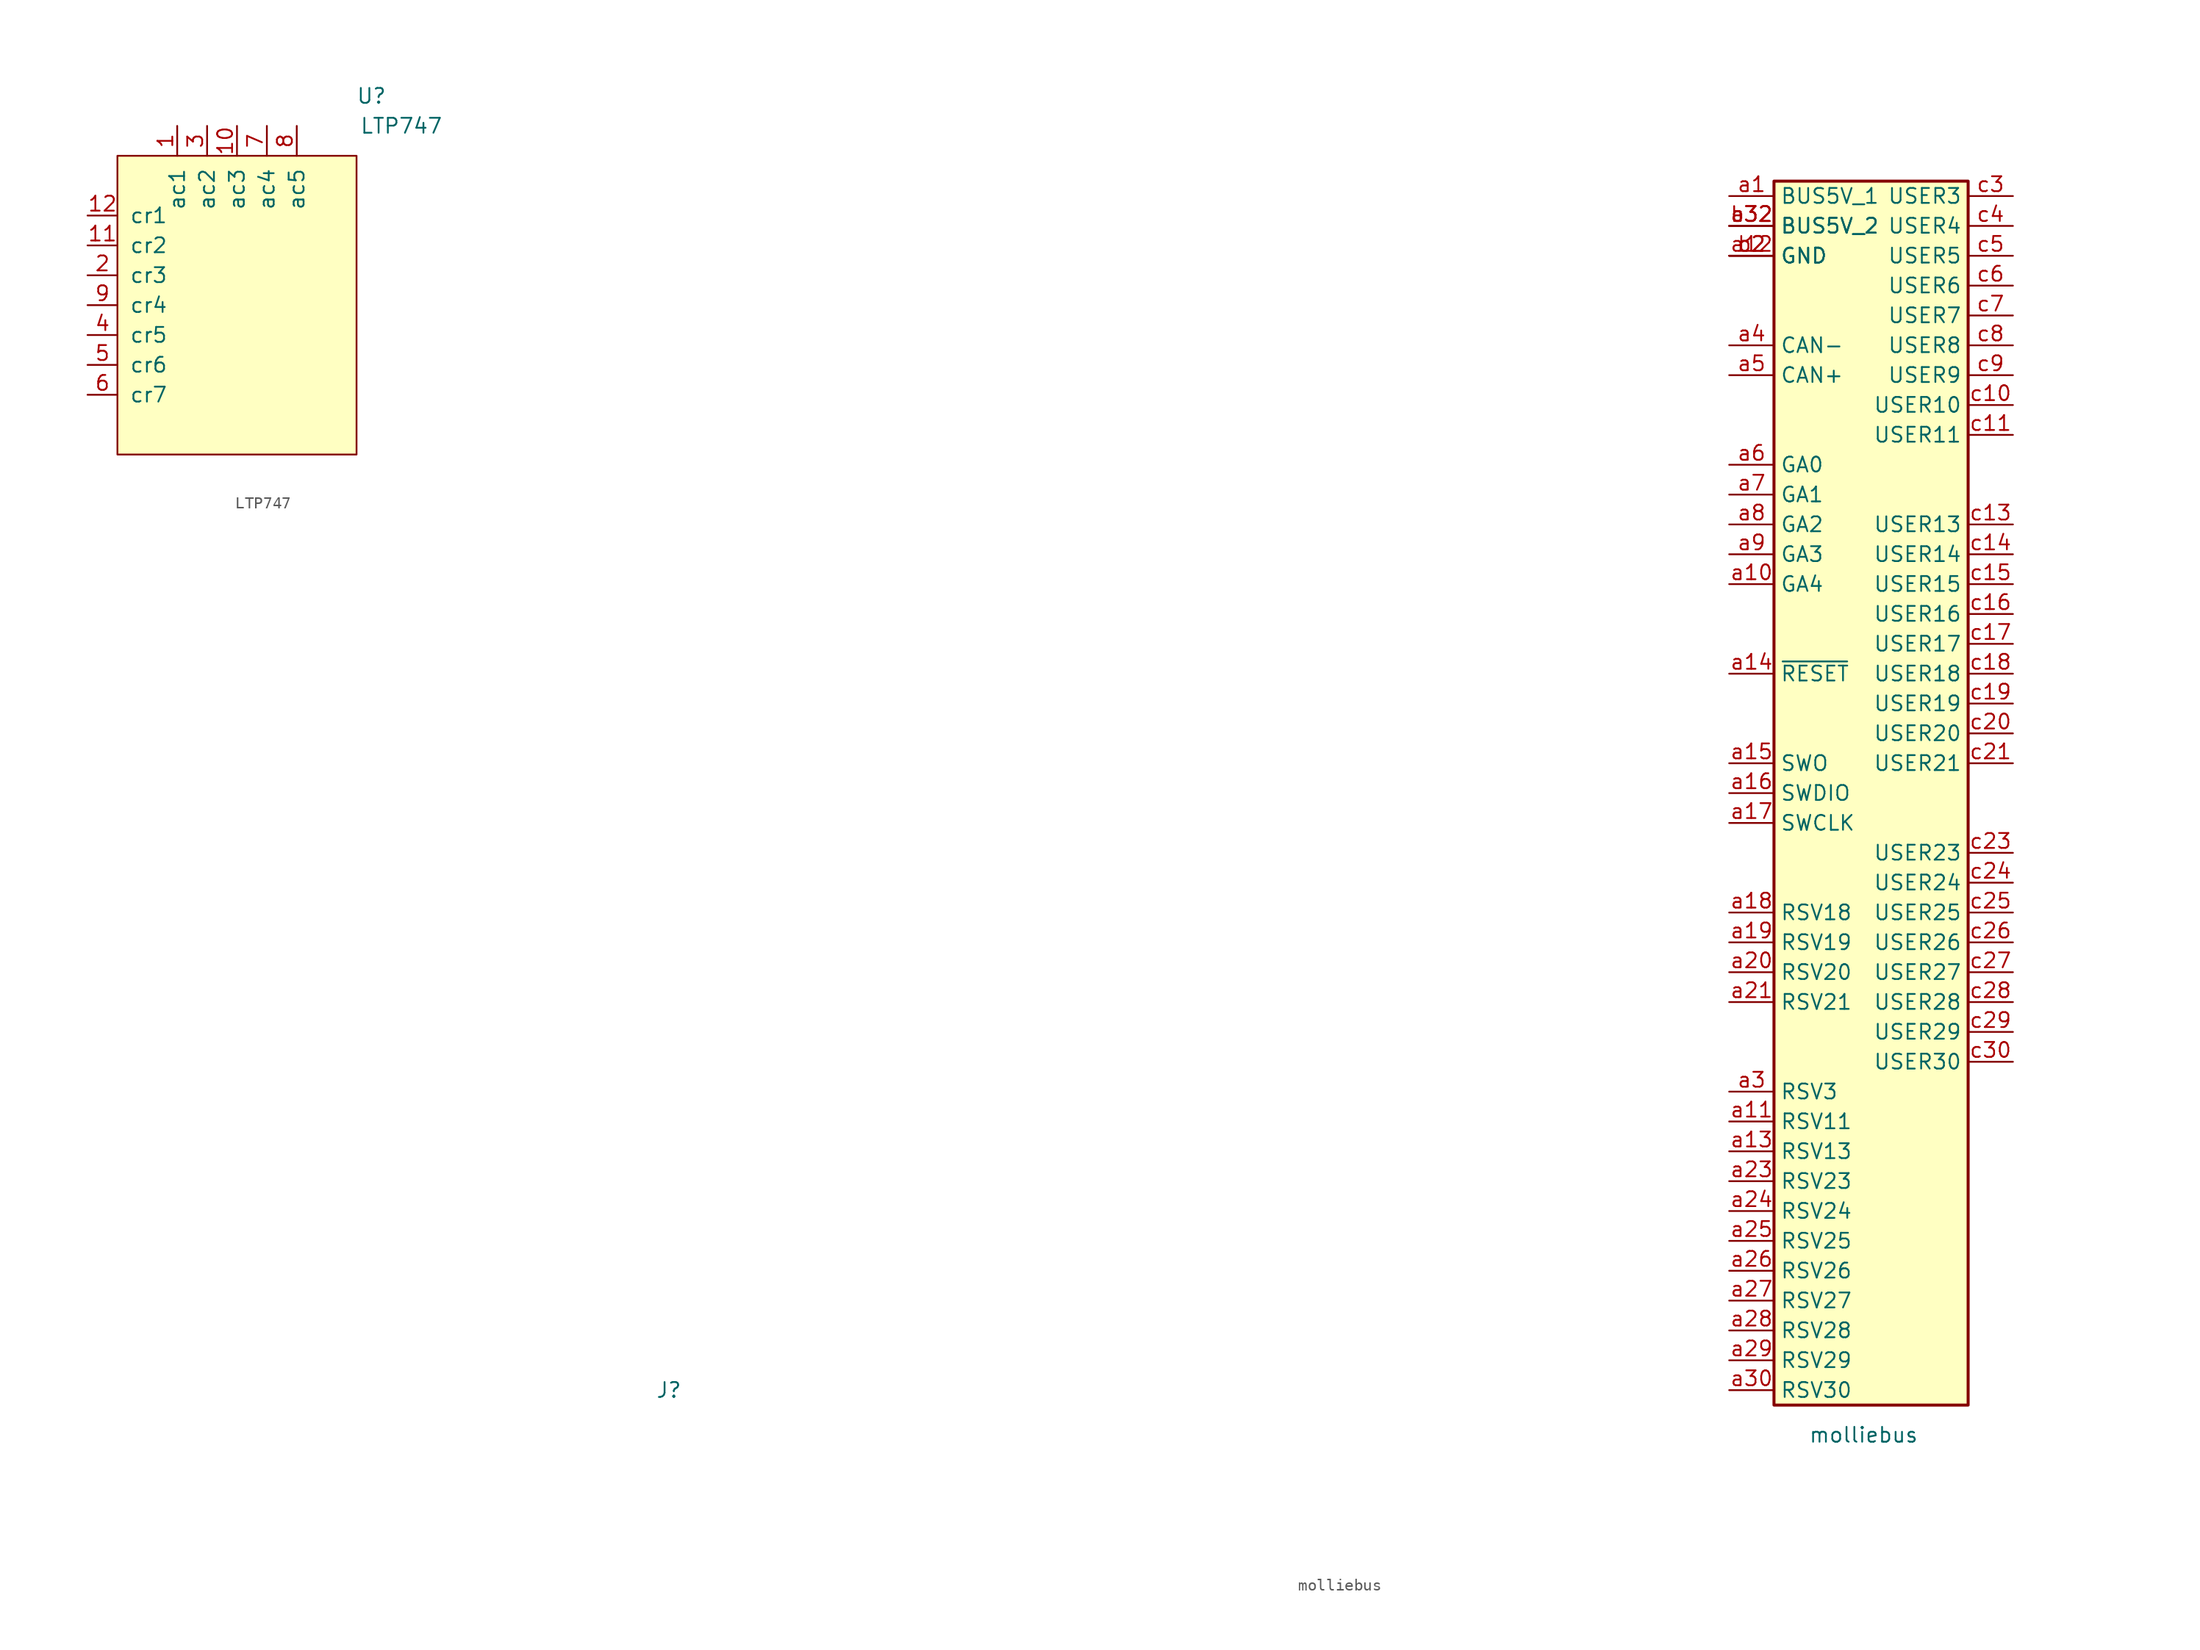
<source format=kicad_sym>
(kicad_symbol_lib
  (version 20211014)
  (generator kicad_symbol_editor)
  (symbol "LTP747"
    (pin_names
      (offset 1.016))
    (property "Reference" "U"
      (at 11.43 16.51 0)
      (effects (font (size 1.27 1.27))))
    (property "Value" "LTP747"
      (at 13.97 13.97 0)
      (effects (font (size 1.27 1.27))))
    (symbol "LTP747_0_1"
      (rectangle (start -10.16 11.43) (end 10.16 -13.97) (stroke (width 0) (type default) (color 0 0 0 0)) (fill (type background))))
    (symbol "LTP747_1_1"
      (pin input line (at -5.08 13.97 270) (length 2.54) (name "ac1" (effects (font (size 1.27 1.27)))) (number "1" (effects (font (size 1.27 1.27)))))
      (pin input line (at 0 13.97 270) (length 2.54) (name "ac3" (effects (font (size 1.27 1.27)))) (number "10" (effects (font (size 1.27 1.27)))))
      (pin input line (at -12.7 3.81 0) (length 2.54) (name "cr2" (effects (font (size 1.27 1.27)))) (number "11" (effects (font (size 1.27 1.27)))))
      (pin input line (at -12.7 6.35 0) (length 2.54) (name "cr1" (effects (font (size 1.27 1.27)))) (number "12" (effects (font (size 1.27 1.27)))))
      (pin input line (at -12.7 1.27 0) (length 2.54) (name "cr3" (effects (font (size 1.27 1.27)))) (number "2" (effects (font (size 1.27 1.27)))))
      (pin input line (at -2.54 13.97 270) (length 2.54) (name "ac2" (effects (font (size 1.27 1.27)))) (number "3" (effects (font (size 1.27 1.27)))))
      (pin input line (at -12.7 -3.81 0) (length 2.54) (name "cr5" (effects (font (size 1.27 1.27)))) (number "4" (effects (font (size 1.27 1.27)))))
      (pin input line (at -12.7 -6.35 0) (length 2.54) (name "cr6" (effects (font (size 1.27 1.27)))) (number "5" (effects (font (size 1.27 1.27)))))
      (pin input line (at -12.7 -8.89 0) (length 2.54) (name "cr7" (effects (font (size 1.27 1.27)))) (number "6" (effects (font (size 1.27 1.27)))))
      (pin input line (at 2.54 13.97 270) (length 2.54) (name "ac4" (effects (font (size 1.27 1.27)))) (number "7" (effects (font (size 1.27 1.27)))))
      (pin input line (at 5.08 13.97 270) (length 2.54) (name "ac5" (effects (font (size 1.27 1.27)))) (number "8" (effects (font (size 1.27 1.27)))))
      (pin input line (at -12.7 -1.27 0) (length 2.54) (name "cr4" (effects (font (size 1.27 1.27)))) (number "9" (effects (font (size 1.27 1.27)))))))
  (symbol "molliebus"
    (property "Reference" "J"
      (at -93.98 1.27 0)
      (effects (font (size 1.27 1.27))))
    (property "Value" "molliebus"
      (at 7.62 -2.54 0)
      (effects (font (size 1.27 1.27))))
    (symbol "molliebus_0_1"
      (rectangle (start 0 0) (end 16.51 104.14) (stroke (width 0.254) (type default) (color 0 0 0 0)) (fill (type background))))
    (symbol "molliebus_1_1"
      (pin passive line (at -3.81 102.87 0) (length 3.81) (name "BUS5V_1" (effects (font (size 1.27 1.27)))) (number "a1" (effects (font (size 1.27 1.27)))))
      (pin output line (at -3.81 69.85 0) (length 3.81) (name "GA4" (effects (font (size 1.27 1.27)))) (number "a10" (effects (font (size 1.27 1.27)))))
      (pin passive line (at -3.81 24.13 0) (length 3.81) (name "RSV11" (effects (font (size 1.27 1.27)))) (number "a11" (effects (font (size 1.27 1.27)))))
      (pin passive line (at -3.81 97.79 0) (length 3.81) (name "GND" (effects (font (size 1.27 1.27)))) (number "a12" (effects (font (size 1.27 1.27)))))
      (pin passive line (at -3.81 21.59 0) (length 3.81) (name "RSV13" (effects (font (size 1.27 1.27)))) (number "a13" (effects (font (size 1.27 1.27)))))
      (pin output line (at -3.81 62.23 0) (length 3.81) (name "~{RESET}" (effects (font (size 1.27 1.27)))) (number "a14" (effects (font (size 1.27 1.27)))))
      (pin input line (at -3.81 54.61 0) (length 3.81) (name "SWO" (effects (font (size 1.27 1.27)))) (number "a15" (effects (font (size 1.27 1.27)))))
      (pin bidirectional line (at -3.81 52.07 0) (length 3.81) (name "SWDIO" (effects (font (size 1.27 1.27)))) (number "a16" (effects (font (size 1.27 1.27)))))
      (pin output line (at -3.81 49.53 0) (length 3.81) (name "SWCLK" (effects (font (size 1.27 1.27)))) (number "a17" (effects (font (size 1.27 1.27)))))
      (pin passive line (at -3.81 41.91 0) (length 3.81) (name "RSV18" (effects (font (size 1.27 1.27)))) (number "a18" (effects (font (size 1.27 1.27)))))
      (pin passive line (at -3.81 39.37 0) (length 3.81) (name "RSV19" (effects (font (size 1.27 1.27)))) (number "a19" (effects (font (size 1.27 1.27)))))
      (pin passive line (at -3.81 97.79 0) (length 3.81) hide (name "GND" (effects (font (size 1.27 1.27)))) (number "a2" (effects (font (size 1.27 1.27)))))
      (pin passive line (at -3.81 36.83 0) (length 3.81) (name "RSV20" (effects (font (size 1.27 1.27)))) (number "a20" (effects (font (size 1.27 1.27)))))
      (pin passive line (at -3.81 34.29 0) (length 3.81) (name "RSV21" (effects (font (size 1.27 1.27)))) (number "a21" (effects (font (size 1.27 1.27)))))
      (pin passive line (at -3.81 97.79 0) (length 3.81) hide (name "GND" (effects (font (size 1.27 1.27)))) (number "a22" (effects (font (size 1.27 1.27)))))
      (pin passive line (at -3.81 19.05 0) (length 3.81) (name "RSV23" (effects (font (size 1.27 1.27)))) (number "a23" (effects (font (size 1.27 1.27)))))
      (pin passive line (at -3.81 16.51 0) (length 3.81) (name "RSV24" (effects (font (size 1.27 1.27)))) (number "a24" (effects (font (size 1.27 1.27)))))
      (pin passive line (at -3.81 13.97 0) (length 3.81) (name "RSV25" (effects (font (size 1.27 1.27)))) (number "a25" (effects (font (size 1.27 1.27)))))
      (pin passive line (at -3.81 11.43 0) (length 3.81) (name "RSV26" (effects (font (size 1.27 1.27)))) (number "a26" (effects (font (size 1.27 1.27)))))
      (pin passive line (at -3.81 8.89 0) (length 3.81) (name "RSV27" (effects (font (size 1.27 1.27)))) (number "a27" (effects (font (size 1.27 1.27)))))
      (pin passive line (at -3.81 6.35 0) (length 3.81) (name "RSV28" (effects (font (size 1.27 1.27)))) (number "a28" (effects (font (size 1.27 1.27)))))
      (pin passive line (at -3.81 3.81 0) (length 3.81) (name "RSV29" (effects (font (size 1.27 1.27)))) (number "a29" (effects (font (size 1.27 1.27)))))
      (pin passive line (at -3.81 26.67 0) (length 3.81) (name "RSV3" (effects (font (size 1.27 1.27)))) (number "a3" (effects (font (size 1.27 1.27)))))
      (pin passive line (at -3.81 1.27 0) (length 3.81) (name "RSV30" (effects (font (size 1.27 1.27)))) (number "a30" (effects (font (size 1.27 1.27)))))
      (pin passive line (at -3.81 97.79 0) (length 3.81) hide (name "GND" (effects (font (size 1.27 1.27)))) (number "a31" (effects (font (size 1.27 1.27)))))
      (pin passive line (at -3.81 100.33 0) (length 3.81) (name "BUS5V_2" (effects (font (size 1.27 1.27)))) (number "a32" (effects (font (size 1.27 1.27)))))
      (pin bidirectional line (at -3.81 90.17 0) (length 3.81) (name "CAN-" (effects (font (size 1.27 1.27)))) (number "a4" (effects (font (size 1.27 1.27)))))
      (pin bidirectional line (at -3.81 87.63 0) (length 3.81) (name "CAN+" (effects (font (size 1.27 1.27)))) (number "a5" (effects (font (size 1.27 1.27)))))
      (pin output line (at -3.81 80.01 0) (length 3.81) (name "GA0" (effects (font (size 1.27 1.27)))) (number "a6" (effects (font (size 1.27 1.27)))))
      (pin output line (at -3.81 77.47 0) (length 3.81) (name "GA1" (effects (font (size 1.27 1.27)))) (number "a7" (effects (font (size 1.27 1.27)))))
      (pin output line (at -3.81 74.93 0) (length 3.81) (name "GA2" (effects (font (size 1.27 1.27)))) (number "a8" (effects (font (size 1.27 1.27)))))
      (pin output line (at -3.81 72.39 0) (length 3.81) (name "GA3" (effects (font (size 1.27 1.27)))) (number "a9" (effects (font (size 1.27 1.27)))))
      (pin passive line (at -3.81 102.87 0) (length 3.81) hide (name "5V" (effects (font (size 1.27 1.27)))) (number "b1" (effects (font (size 1.27 1.27)))))
      (pin no_connect line (at -3.81 46.99 0) (length 3.81) hide (name "VME_A30" (effects (font (size 1.27 1.27)))) (number "b10" (effects (font (size 1.27 1.27)))))
      (pin no_connect line (at -3.81 44.45 0) (length 3.81) hide (name "VME_A31" (effects (font (size 1.27 1.27)))) (number "b11" (effects (font (size 1.27 1.27)))))
      (pin passive line (at -3.81 97.79 0) (length 3.81) hide (name "GND" (effects (font (size 1.27 1.27)))) (number "b12" (effects (font (size 1.27 1.27)))))
      (pin no_connect line (at -3.81 31.75 0) (length 3.81) hide (name "VME_5V" (effects (font (size 1.27 1.27)))) (number "b13" (effects (font (size 1.27 1.27)))))
      (pin no_connect line (at -3.81 29.21 0) (length 3.81) hide (name "VME_D16" (effects (font (size 1.27 1.27)))) (number "b14" (effects (font (size 1.27 1.27)))))
      (pin no_connect line (at 20.32 80.01 180) (length 3.81) hide (name "VME_D17" (effects (font (size 1.27 1.27)))) (number "b15" (effects (font (size 1.27 1.27)))))
      (pin no_connect line (at 20.32 77.47 180) (length 3.81) hide (name "VME_D18" (effects (font (size 1.27 1.27)))) (number "b16" (effects (font (size 1.27 1.27)))))
      (pin no_connect line (at 20.32 52.07 180) (length 3.81) hide (name "VME_D18" (effects (font (size 1.27 1.27)))) (number "b17" (effects (font (size 1.27 1.27)))))
      (pin no_connect line (at 20.32 49.53 180) (length 3.81) hide (name "VME_D20" (effects (font (size 1.27 1.27)))) (number "b18" (effects (font (size 1.27 1.27)))))
      (pin no_connect line (at 20.32 26.67 180) (length 3.81) hide (name "VME_D21" (effects (font (size 1.27 1.27)))) (number "b19" (effects (font (size 1.27 1.27)))))
      (pin passive line (at -3.81 97.79 0) (length 3.81) (name "GND" (effects (font (size 1.27 1.27)))) (number "b2" (effects (font (size 1.27 1.27)))))
      (pin no_connect line (at 20.32 24.13 180) (length 3.81) hide (name "VME_D22" (effects (font (size 1.27 1.27)))) (number "b20" (effects (font (size 1.27 1.27)))))
      (pin no_connect line (at 20.32 21.59 180) (length 3.81) hide (name "VME_D23" (effects (font (size 1.27 1.27)))) (number "b21" (effects (font (size 1.27 1.27)))))
      (pin passive line (at -3.81 97.79 0) (length 3.81) hide (name "GND" (effects (font (size 1.27 1.27)))) (number "b22" (effects (font (size 1.27 1.27)))))
      (pin no_connect line (at 20.32 19.05 180) (length 3.81) hide (name "VME_D24" (effects (font (size 1.27 1.27)))) (number "b23" (effects (font (size 1.27 1.27)))))
      (pin no_connect line (at 20.32 16.51 180) (length 3.81) hide (name "VME_D25" (effects (font (size 1.27 1.27)))) (number "b24" (effects (font (size 1.27 1.27)))))
      (pin no_connect line (at 20.32 13.97 180) (length 3.81) hide (name "VME_D26" (effects (font (size 1.27 1.27)))) (number "b25" (effects (font (size 1.27 1.27)))))
      (pin no_connect line (at 20.32 11.43 180) (length 3.81) hide (name "VME_D27" (effects (font (size 1.27 1.27)))) (number "b26" (effects (font (size 1.27 1.27)))))
      (pin no_connect line (at 20.32 8.89 180) (length 3.81) hide (name "VME_D28" (effects (font (size 1.27 1.27)))) (number "b27" (effects (font (size 1.27 1.27)))))
      (pin no_connect line (at 20.32 6.35 180) (length 3.81) hide (name "VME_D29" (effects (font (size 1.27 1.27)))) (number "b28" (effects (font (size 1.27 1.27)))))
      (pin no_connect line (at 20.32 3.81 180) (length 3.81) hide (name "VME_D30" (effects (font (size 1.27 1.27)))) (number "b29" (effects (font (size 1.27 1.27)))))
      (pin no_connect line (at -3.81 92.71 0) (length 3.81) hide (name "VME_RSV1" (effects (font (size 1.27 1.27)))) (number "b3" (effects (font (size 1.27 1.27)))))
      (pin no_connect line (at 20.32 1.27 180) (length 3.81) hide (name "VME_D31" (effects (font (size 1.27 1.27)))) (number "b30" (effects (font (size 1.27 1.27)))))
      (pin passive line (at -3.81 97.79 0) (length 3.81) hide (name "GND" (effects (font (size 1.27 1.27)))) (number "b31" (effects (font (size 1.27 1.27)))))
      (pin passive line (at -3.81 100.33 0) (length 3.81) (name "BUS5V_2" (effects (font (size 1.27 1.27)))) (number "b32" (effects (font (size 1.27 1.27)))))
      (pin no_connect line (at -3.81 85.09 0) (length 3.81) hide (name "VME_A24" (effects (font (size 1.27 1.27)))) (number "b4" (effects (font (size 1.27 1.27)))))
      (pin no_connect line (at -3.81 82.55 0) (length 3.81) hide (name "VME_A25" (effects (font (size 1.27 1.27)))) (number "b5" (effects (font (size 1.27 1.27)))))
      (pin no_connect line (at -3.81 67.31 0) (length 3.81) hide (name "VME_A26" (effects (font (size 1.27 1.27)))) (number "b6" (effects (font (size 1.27 1.27)))))
      (pin no_connect line (at -3.81 64.77 0) (length 3.81) hide (name "VME_A27" (effects (font (size 1.27 1.27)))) (number "b7" (effects (font (size 1.27 1.27)))))
      (pin no_connect line (at -3.81 59.69 0) (length 3.81) hide (name "VME_A28" (effects (font (size 1.27 1.27)))) (number "b8" (effects (font (size 1.27 1.27)))))
      (pin no_connect line (at -3.81 57.15 0) (length 3.81) hide (name "VME_A29" (effects (font (size 1.27 1.27)))) (number "b9" (effects (font (size 1.27 1.27)))))
      (pin passive line (at -3.81 102.87 0) (length 3.81) hide (name "5V" (effects (font (size 1.27 1.27)))) (number "c1" (effects (font (size 1.27 1.27)))))
      (pin passive line (at 20.32 85.09 180) (length 3.81) (name "USER10" (effects (font (size 1.27 1.27)))) (number "c10" (effects (font (size 1.27 1.27)))))
      (pin passive line (at 20.32 82.55 180) (length 3.81) (name "USER11" (effects (font (size 1.27 1.27)))) (number "c11" (effects (font (size 1.27 1.27)))))
      (pin passive line (at -3.81 97.79 0) (length 3.81) hide (name "GND" (effects (font (size 1.27 1.27)))) (number "c12" (effects (font (size 1.27 1.27)))))
      (pin passive line (at 20.32 74.93 180) (length 3.81) (name "USER13" (effects (font (size 1.27 1.27)))) (number "c13" (effects (font (size 1.27 1.27)))))
      (pin passive line (at 20.32 72.39 180) (length 3.81) (name "USER14" (effects (font (size 1.27 1.27)))) (number "c14" (effects (font (size 1.27 1.27)))))
      (pin passive line (at 20.32 69.85 180) (length 3.81) (name "USER15" (effects (font (size 1.27 1.27)))) (number "c15" (effects (font (size 1.27 1.27)))))
      (pin passive line (at 20.32 67.31 180) (length 3.81) (name "USER16" (effects (font (size 1.27 1.27)))) (number "c16" (effects (font (size 1.27 1.27)))))
      (pin passive line (at 20.32 64.77 180) (length 3.81) (name "USER17" (effects (font (size 1.27 1.27)))) (number "c17" (effects (font (size 1.27 1.27)))))
      (pin passive line (at 20.32 62.23 180) (length 3.81) (name "USER18" (effects (font (size 1.27 1.27)))) (number "c18" (effects (font (size 1.27 1.27)))))
      (pin passive line (at 20.32 59.69 180) (length 3.81) (name "USER19" (effects (font (size 1.27 1.27)))) (number "c19" (effects (font (size 1.27 1.27)))))
      (pin passive line (at -3.81 97.79 0) (length 3.81) (name "GND" (effects (font (size 1.27 1.27)))) (number "c2" (effects (font (size 1.27 1.27)))))
      (pin passive line (at 20.32 57.15 180) (length 3.81) (name "USER20" (effects (font (size 1.27 1.27)))) (number "c20" (effects (font (size 1.27 1.27)))))
      (pin passive line (at 20.32 54.61 180) (length 3.81) (name "USER21" (effects (font (size 1.27 1.27)))) (number "c21" (effects (font (size 1.27 1.27)))))
      (pin passive line (at -3.81 97.79 0) (length 3.81) hide (name "GND" (effects (font (size 1.27 1.27)))) (number "c22" (effects (font (size 1.27 1.27)))))
      (pin passive line (at 20.32 46.99 180) (length 3.81) (name "USER23" (effects (font (size 1.27 1.27)))) (number "c23" (effects (font (size 1.27 1.27)))))
      (pin passive line (at 20.32 44.45 180) (length 3.81) (name "USER24" (effects (font (size 1.27 1.27)))) (number "c24" (effects (font (size 1.27 1.27)))))
      (pin passive line (at 20.32 41.91 180) (length 3.81) (name "USER25" (effects (font (size 1.27 1.27)))) (number "c25" (effects (font (size 1.27 1.27)))))
      (pin passive line (at 20.32 39.37 180) (length 3.81) (name "USER26" (effects (font (size 1.27 1.27)))) (number "c26" (effects (font (size 1.27 1.27)))))
      (pin passive line (at 20.32 36.83 180) (length 3.81) (name "USER27" (effects (font (size 1.27 1.27)))) (number "c27" (effects (font (size 1.27 1.27)))))
      (pin passive line (at 20.32 34.29 180) (length 3.81) (name "USER28" (effects (font (size 1.27 1.27)))) (number "c28" (effects (font (size 1.27 1.27)))))
      (pin passive line (at 20.32 31.75 180) (length 3.81) (name "USER29" (effects (font (size 1.27 1.27)))) (number "c29" (effects (font (size 1.27 1.27)))))
      (pin passive line (at 20.32 102.87 180) (length 3.81) (name "USER3" (effects (font (size 1.27 1.27)))) (number "c3" (effects (font (size 1.27 1.27)))))
      (pin passive line (at 20.32 29.21 180) (length 3.81) (name "USER30" (effects (font (size 1.27 1.27)))) (number "c30" (effects (font (size 1.27 1.27)))))
      (pin passive line (at -3.81 97.79 0) (length 3.81) hide (name "GND" (effects (font (size 1.27 1.27)))) (number "c31" (effects (font (size 1.27 1.27)))))
      (pin passive line (at -3.81 100.33 0) (length 3.81) (name "BUS5V_2" (effects (font (size 1.27 1.27)))) (number "c32" (effects (font (size 1.27 1.27)))))
      (pin passive line (at 20.32 100.33 180) (length 3.81) (name "USER4" (effects (font (size 1.27 1.27)))) (number "c4" (effects (font (size 1.27 1.27)))))
      (pin passive line (at 20.32 97.79 180) (length 3.81) (name "USER5" (effects (font (size 1.27 1.27)))) (number "c5" (effects (font (size 1.27 1.27)))))
      (pin passive line (at 20.32 95.25 180) (length 3.81) (name "USER6" (effects (font (size 1.27 1.27)))) (number "c6" (effects (font (size 1.27 1.27)))))
      (pin passive line (at 20.32 92.71 180) (length 3.81) (name "USER7" (effects (font (size 1.27 1.27)))) (number "c7" (effects (font (size 1.27 1.27)))))
      (pin passive line (at 20.32 90.17 180) (length 3.81) (name "USER8" (effects (font (size 1.27 1.27)))) (number "c8" (effects (font (size 1.27 1.27)))))
      (pin passive line (at 20.32 87.63 180) (length 3.81) (name "USER9" (effects (font (size 1.27 1.27)))) (number "c9" (effects (font (size 1.27 1.27))))))))
</source>
